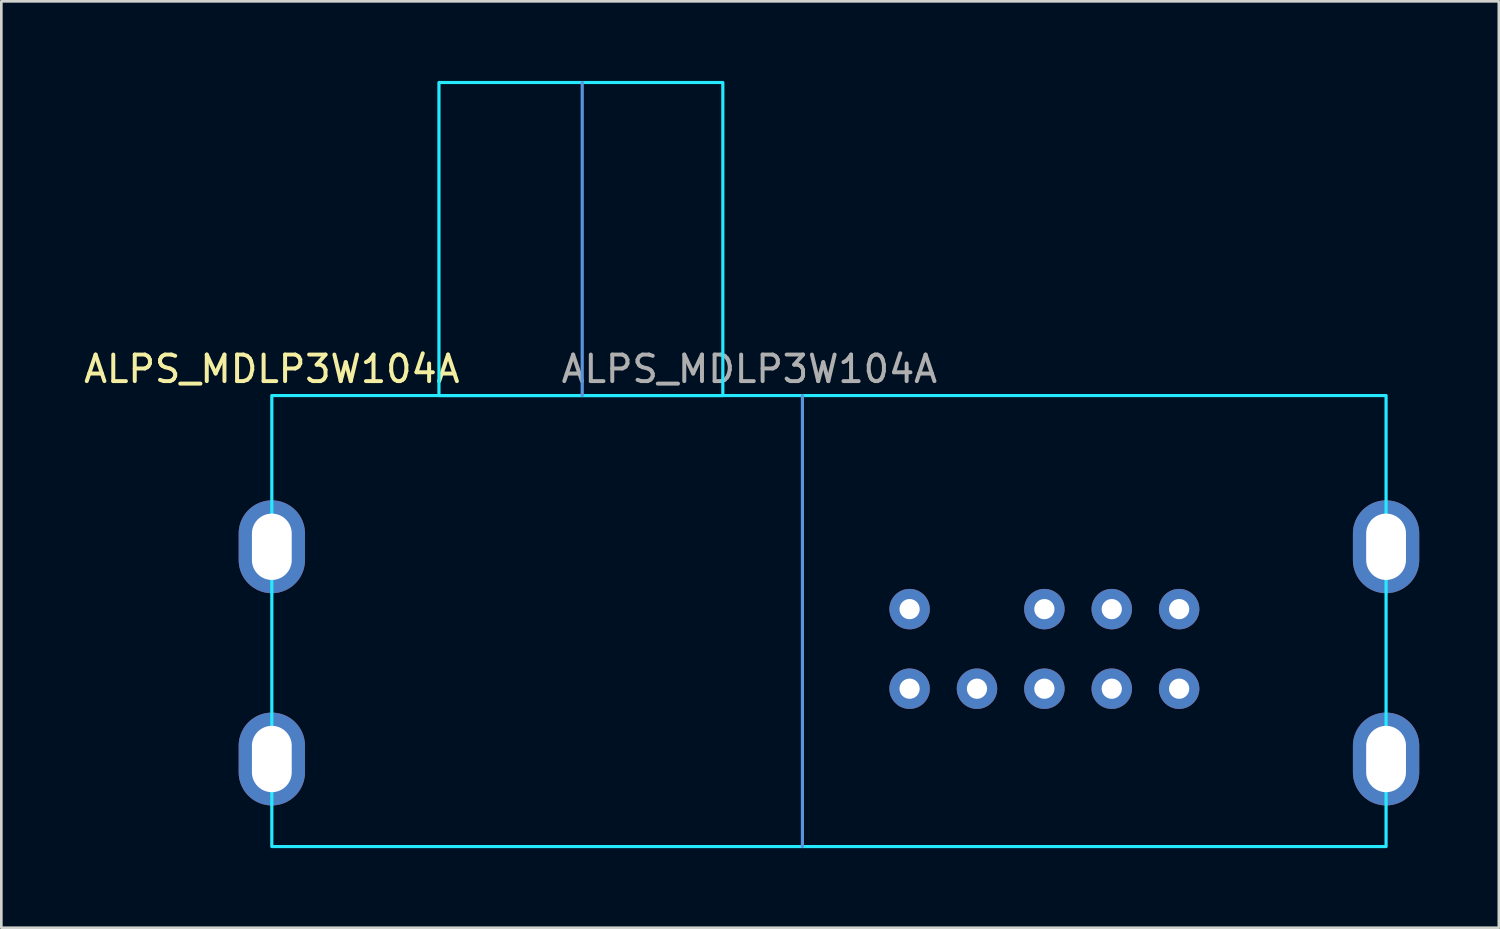
<source format=kicad_pcb>
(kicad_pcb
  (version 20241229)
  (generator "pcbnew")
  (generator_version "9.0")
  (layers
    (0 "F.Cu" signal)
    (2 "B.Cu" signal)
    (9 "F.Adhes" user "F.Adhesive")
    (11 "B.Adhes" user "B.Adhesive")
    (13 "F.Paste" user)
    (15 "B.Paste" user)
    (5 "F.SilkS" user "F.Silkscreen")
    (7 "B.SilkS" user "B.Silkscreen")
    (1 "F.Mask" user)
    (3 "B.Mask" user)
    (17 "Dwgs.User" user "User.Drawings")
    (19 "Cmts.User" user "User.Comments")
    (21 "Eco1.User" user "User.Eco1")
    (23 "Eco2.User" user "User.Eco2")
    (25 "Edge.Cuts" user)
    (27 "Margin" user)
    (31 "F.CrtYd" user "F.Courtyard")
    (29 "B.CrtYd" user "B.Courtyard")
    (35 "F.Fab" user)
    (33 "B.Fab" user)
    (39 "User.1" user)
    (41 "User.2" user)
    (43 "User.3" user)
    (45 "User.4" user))
  (footprint "ALPS_MDLP3W104A"
    (layer "F.Cu")
    (at 27.196 21.66)
    (property "Reference" "ALPS_MDLP3W104A" (at -20 -10.8 0) (unlocked yes) (layer "F.SilkS") (effects (font (size 1 1) (thickness 0.15))))
    (attr through_hole)
    (fp_line (start -8.3 -21.6) (end -8.3 -9.8) (stroke (width 0.12) (type solid)) (layer "Cmts.User"))
    (fp_line (start 0 -9.8) (end 0 7.2) (stroke (width 0.12) (type solid)) (layer "Cmts.User"))
    (fp_rect (start -3 -21.6) (end -13.7 -9.8) (stroke (width 0.12) (type solid)) (fill no) (layer "B.CrtYd"))
    (fp_rect (start 22 -9.8) (end -20 7.2) (stroke (width 0.12) (type solid)) (fill no) (layer "B.CrtYd"))
    (fp_text user "${REFERENCE}" (at -2 -10.8 0) (unlocked yes) (layer "F.Fab") (effects (font (size 1 1) (thickness 0.15))))
    (pad "1" thru_hole circle (at 14.2 1.25) (size 1.524 1.524) (drill 0.762) (layers "*.Cu" "*.Mask"))
    (pad "2" thru_hole circle (at 11.66 1.25) (size 1.524 1.524) (drill 0.762) (layers "*.Cu" "*.Mask"))
    (pad "3" thru_hole circle (at 9.12 1.25) (size 1.524 1.524) (drill 0.762) (layers "*.Cu" "*.Mask"))
    (pad "4" thru_hole circle (at 6.58 1.25) (size 1.524 1.524) (drill 0.762) (layers "*.Cu" "*.Mask"))
    (pad "5" thru_hole circle (at 4.04 1.25) (size 1.524 1.524) (drill 0.762) (layers "*.Cu" "*.Mask"))
    (pad "6" thru_hole circle (at 14.2 -1.75) (size 1.524 1.524) (drill 0.762) (layers "*.Cu" "*.Mask"))
    (pad "7" thru_hole circle (at 11.66 -1.75) (size 1.524 1.524) (drill 0.762) (layers "*.Cu" "*.Mask"))
    (pad "8" thru_hole circle (at 9.12 -1.75) (size 1.524 1.524) (drill 0.762) (layers "*.Cu" "*.Mask"))
    (pad "9" thru_hole circle (at 4.04 -1.75) (size 1.524 1.524) (drill 0.762) (layers "*.Cu" "*.Mask"))
    (pad "10" thru_hole oval (at -20 -4.1 270) (size 3.5 2.5) (drill oval 2.5 1.5) (layers "*.Cu" "*.Mask"))
    (pad "10" thru_hole oval (at -20 3.9 270) (size 3.5 2.5) (drill oval 2.5 1.5) (layers "*.Cu" "*.Mask"))
    (pad "10" thru_hole oval (at 22 -4.1 270) (size 3.5 2.5) (drill oval 2.5 1.5) (layers "*.Cu" "*.Mask"))
    (pad "10" thru_hole oval (at 22 3.9 270) (size 3.5 2.5) (drill oval 2.5 1.5) (layers "*.Cu" "*.Mask")))
  (gr_rect
    (start -3 -3)
    (end 53.446 31.92)
    (stroke (width 0.1) (type default))
    (fill no)
    (layer "Edge.Cuts")))
</source>
